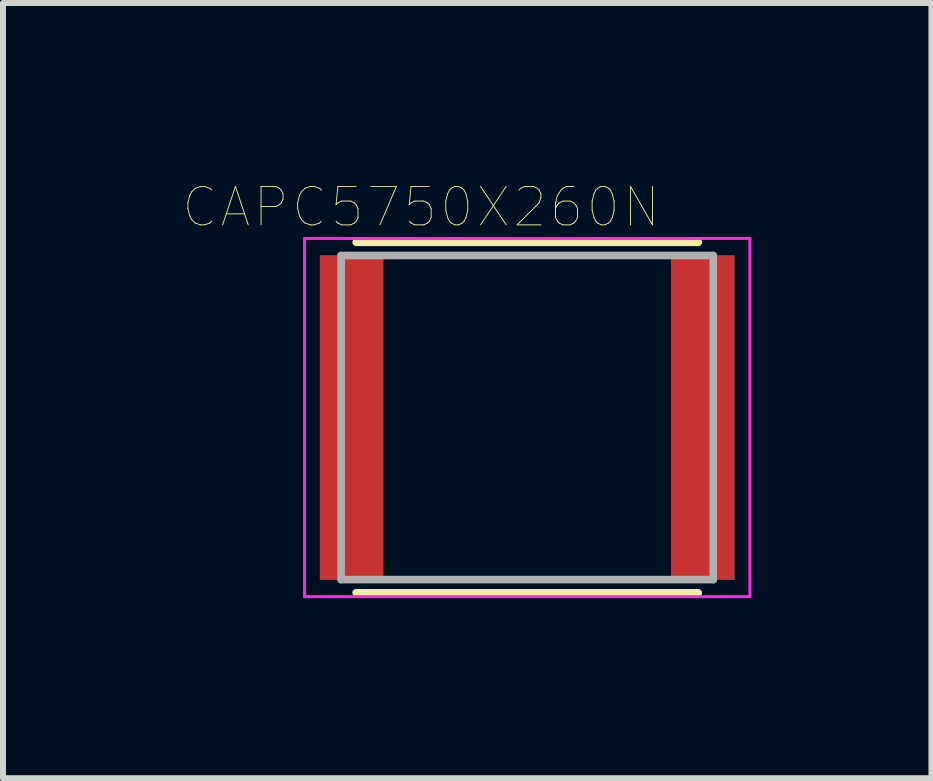
<source format=kicad_pcb>
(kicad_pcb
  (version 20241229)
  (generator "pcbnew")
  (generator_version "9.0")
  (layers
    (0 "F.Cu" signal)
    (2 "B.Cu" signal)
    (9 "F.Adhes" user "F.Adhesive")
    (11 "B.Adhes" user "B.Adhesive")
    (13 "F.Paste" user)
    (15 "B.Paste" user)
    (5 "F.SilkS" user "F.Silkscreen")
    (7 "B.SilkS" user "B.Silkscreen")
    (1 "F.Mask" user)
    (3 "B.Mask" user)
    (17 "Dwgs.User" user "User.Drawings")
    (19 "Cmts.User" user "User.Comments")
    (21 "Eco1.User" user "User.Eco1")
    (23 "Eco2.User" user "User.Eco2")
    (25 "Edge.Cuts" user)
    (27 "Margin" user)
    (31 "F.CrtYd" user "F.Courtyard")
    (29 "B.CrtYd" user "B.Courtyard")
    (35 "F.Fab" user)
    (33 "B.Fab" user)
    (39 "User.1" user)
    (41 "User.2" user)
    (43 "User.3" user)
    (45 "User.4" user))
  (footprint "CAPC5750X260N"
    (layer "F.Cu")
    (at 5.734 3.907)
    (property "Reference" "CAPC5750X260N" (at -1.768 -3.506 0) (layer "F.SilkS") (effects (font (size 0.64 0.64) (thickness 0.015))))
    (attr through_hole)
    (fp_line (start -2.85 -2.92) (end 2.85 -2.92) (stroke (width 0.127) (type solid)) (layer "F.SilkS"))
    (fp_line (start -2.85 2.92) (end 2.85 2.92) (stroke (width 0.127) (type solid)) (layer "F.SilkS"))
    (fp_line (start -3.71 -2.984) (end 3.71 -2.984) (stroke (width 0.05) (type solid)) (layer "F.CrtYd"))
    (fp_line (start -3.71 2.984) (end -3.71 -2.984) (stroke (width 0.05) (type solid)) (layer "F.CrtYd"))
    (fp_line (start 3.71 -2.984) (end 3.71 2.984) (stroke (width 0.05) (type solid)) (layer "F.CrtYd"))
    (fp_line (start 3.71 2.984) (end -3.71 2.984) (stroke (width 0.05) (type solid)) (layer "F.CrtYd"))
    (fp_line (start -3.1 -2.7) (end 3.1 -2.7) (stroke (width 0.127) (type solid)) (layer "F.Fab"))
    (fp_line (start -3.1 2.7) (end -3.1 -2.7) (stroke (width 0.127) (type solid)) (layer "F.Fab"))
    (fp_line (start 3.1 -2.7) (end 3.1 2.7) (stroke (width 0.127) (type solid)) (layer "F.Fab"))
    (fp_line (start 3.1 2.7) (end -3.1 2.7) (stroke (width 0.127) (type solid)) (layer "F.Fab"))
    (pad "1" smd rect (at -2.925 0) (size 1.06 5.41) (layers "F.Cu" "F.Mask" "F.Paste"))
    (pad "2" smd rect (at 2.925 0) (size 1.06 5.41) (layers "F.Cu" "F.Mask" "F.Paste")))
  (gr_rect
    (start -3 -3)
    (end 12.469 9.916)
    (stroke (width 0.1) (type default))
    (fill no)
    (layer "Edge.Cuts")))
</source>
